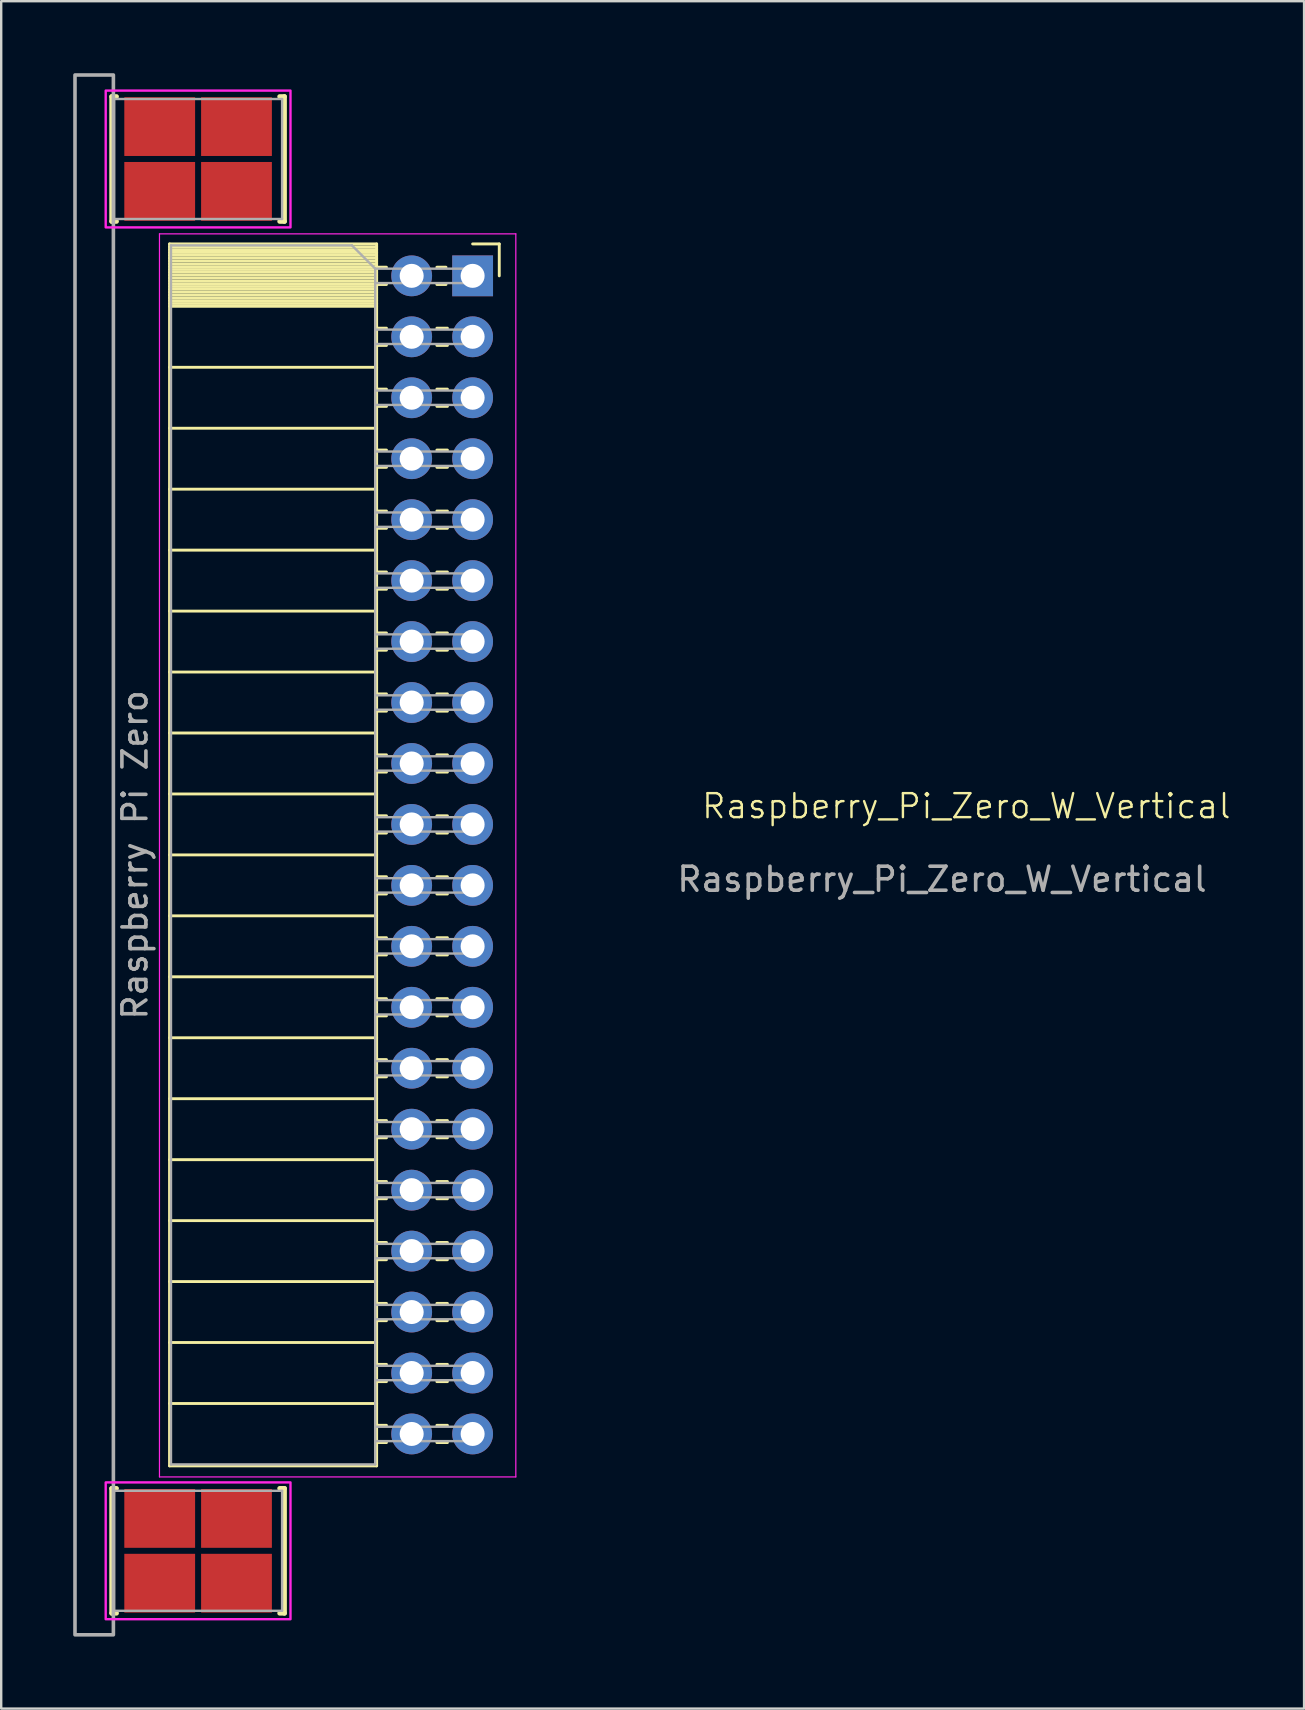
<source format=kicad_pcb>
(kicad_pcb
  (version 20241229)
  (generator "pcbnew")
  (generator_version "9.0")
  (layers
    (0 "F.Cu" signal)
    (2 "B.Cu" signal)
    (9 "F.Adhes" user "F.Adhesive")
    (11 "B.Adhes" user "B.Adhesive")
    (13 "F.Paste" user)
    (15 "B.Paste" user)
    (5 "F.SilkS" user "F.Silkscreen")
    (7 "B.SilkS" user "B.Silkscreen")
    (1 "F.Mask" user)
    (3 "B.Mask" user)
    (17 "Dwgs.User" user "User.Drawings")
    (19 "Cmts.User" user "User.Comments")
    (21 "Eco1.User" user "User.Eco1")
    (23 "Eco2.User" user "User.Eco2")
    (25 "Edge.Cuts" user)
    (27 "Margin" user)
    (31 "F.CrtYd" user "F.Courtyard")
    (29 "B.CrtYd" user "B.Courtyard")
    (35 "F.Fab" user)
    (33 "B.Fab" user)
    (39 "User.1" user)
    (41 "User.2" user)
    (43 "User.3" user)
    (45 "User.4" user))
  (footprint "Raspberry_Pi_Zero_W_Vertical"
    (layer "F.Cu")
    (at 15.375 32.575)
    (property "Reference" "Raspberry_Pi_Zero_W_Vertical" (at 21.844 -2.032 0) (unlocked yes) (layer "F.SilkS") (effects (font (size 1 1) (thickness 0.1))))
    (attr smd)
    (fp_line (start -13.77 -31.6) (end -13.77 -26.4) (stroke (width 0.2) (type solid)) (layer "F.SilkS"))
    (fp_line (start -13.77 -26.4) (end -13.57 -26.4) (stroke (width 0.2) (type solid)) (layer "F.SilkS"))
    (fp_line (start -13.77 26.4) (end -13.77 31.6) (stroke (width 0.2) (type solid)) (layer "F.SilkS"))
    (fp_line (start -13.77 31.6) (end -13.57 31.6) (stroke (width 0.2) (type solid)) (layer "F.SilkS"))
    (fp_line (start -13.57 -31.6) (end -13.77 -31.6) (stroke (width 0.2) (type solid)) (layer "F.SilkS"))
    (fp_line (start -13.57 26.4) (end -13.77 26.4) (stroke (width 0.2) (type solid)) (layer "F.SilkS"))
    (fp_line (start -11.36 -25.46) (end -11.36 25.46) (stroke (width 0.12) (type solid)) (layer "F.SilkS"))
    (fp_line (start -11.36 -25.46) (end -2.73 -25.46) (stroke (width 0.12) (type solid)) (layer "F.SilkS"))
    (fp_line (start -11.36 -25.34) (end -2.73 -25.34) (stroke (width 0.12) (type solid)) (layer "F.SilkS"))
    (fp_line (start -11.36 -25.222) (end -2.73 -25.222) (stroke (width 0.12) (type solid)) (layer "F.SilkS"))
    (fp_line (start -11.36 -25.104) (end -2.73 -25.104) (stroke (width 0.12) (type solid)) (layer "F.SilkS"))
    (fp_line (start -11.36 -24.986) (end -2.73 -24.986) (stroke (width 0.12) (type solid)) (layer "F.SilkS"))
    (fp_line (start -11.36 -24.868) (end -2.73 -24.868) (stroke (width 0.12) (type solid)) (layer "F.SilkS"))
    (fp_line (start -11.36 -24.75) (end -2.73 -24.75) (stroke (width 0.12) (type solid)) (layer "F.SilkS"))
    (fp_line (start -11.36 -24.631) (end -2.73 -24.631) (stroke (width 0.12) (type solid)) (layer "F.SilkS"))
    (fp_line (start -11.36 -24.513) (end -2.73 -24.513) (stroke (width 0.12) (type solid)) (layer "F.SilkS"))
    (fp_line (start -11.36 -24.395) (end -2.73 -24.395) (stroke (width 0.12) (type solid)) (layer "F.SilkS"))
    (fp_line (start -11.36 -24.277) (end -2.73 -24.277) (stroke (width 0.12) (type solid)) (layer "F.SilkS"))
    (fp_line (start -11.36 -24.159) (end -2.73 -24.159) (stroke (width 0.12) (type solid)) (layer "F.SilkS"))
    (fp_line (start -11.36 -24.041) (end -2.73 -24.041) (stroke (width 0.12) (type solid)) (layer "F.SilkS"))
    (fp_line (start -11.36 -23.923) (end -2.73 -23.923) (stroke (width 0.12) (type solid)) (layer "F.SilkS"))
    (fp_line (start -11.36 -23.805) (end -2.73 -23.805) (stroke (width 0.12) (type solid)) (layer "F.SilkS"))
    (fp_line (start -11.36 -23.687) (end -2.73 -23.687) (stroke (width 0.12) (type solid)) (layer "F.SilkS"))
    (fp_line (start -11.36 -23.569) (end -2.73 -23.569) (stroke (width 0.12) (type solid)) (layer "F.SilkS"))
    (fp_line (start -11.36 -23.45) (end -2.73 -23.45) (stroke (width 0.12) (type solid)) (layer "F.SilkS"))
    (fp_line (start -11.36 -23.332) (end -2.73 -23.332) (stroke (width 0.12) (type solid)) (layer "F.SilkS"))
    (fp_line (start -11.36 -23.214) (end -2.73 -23.214) (stroke (width 0.12) (type solid)) (layer "F.SilkS"))
    (fp_line (start -11.36 -23.096) (end -2.73 -23.096) (stroke (width 0.12) (type solid)) (layer "F.SilkS"))
    (fp_line (start -11.36 -22.978) (end -2.73 -22.978) (stroke (width 0.12) (type solid)) (layer "F.SilkS"))
    (fp_line (start -11.36 -22.86) (end -2.73 -22.86) (stroke (width 0.12) (type solid)) (layer "F.SilkS"))
    (fp_line (start -11.36 -20.32) (end -2.73 -20.32) (stroke (width 0.12) (type solid)) (layer "F.SilkS"))
    (fp_line (start -11.36 -17.78) (end -2.73 -17.78) (stroke (width 0.12) (type solid)) (layer "F.SilkS"))
    (fp_line (start -11.36 -15.24) (end -2.73 -15.24) (stroke (width 0.12) (type solid)) (layer "F.SilkS"))
    (fp_line (start -11.36 -12.7) (end -2.73 -12.7) (stroke (width 0.12) (type solid)) (layer "F.SilkS"))
    (fp_line (start -11.36 -10.16) (end -2.73 -10.16) (stroke (width 0.12) (type solid)) (layer "F.SilkS"))
    (fp_line (start -11.36 -7.62) (end -2.73 -7.62) (stroke (width 0.12) (type solid)) (layer "F.SilkS"))
    (fp_line (start -11.36 -5.08) (end -2.73 -5.08) (stroke (width 0.12) (type solid)) (layer "F.SilkS"))
    (fp_line (start -11.36 -2.54) (end -2.73 -2.54) (stroke (width 0.12) (type solid)) (layer "F.SilkS"))
    (fp_line (start -11.36 0) (end -2.73 0) (stroke (width 0.12) (type solid)) (layer "F.SilkS"))
    (fp_line (start -11.36 2.54) (end -2.73 2.54) (stroke (width 0.12) (type solid)) (layer "F.SilkS"))
    (fp_line (start -11.36 5.08) (end -2.73 5.08) (stroke (width 0.12) (type solid)) (layer "F.SilkS"))
    (fp_line (start -11.36 7.62) (end -2.73 7.62) (stroke (width 0.12) (type solid)) (layer "F.SilkS"))
    (fp_line (start -11.36 10.16) (end -2.73 10.16) (stroke (width 0.12) (type solid)) (layer "F.SilkS"))
    (fp_line (start -11.36 12.7) (end -2.73 12.7) (stroke (width 0.12) (type solid)) (layer "F.SilkS"))
    (fp_line (start -11.36 15.24) (end -2.73 15.24) (stroke (width 0.12) (type solid)) (layer "F.SilkS"))
    (fp_line (start -11.36 17.78) (end -2.73 17.78) (stroke (width 0.12) (type solid)) (layer "F.SilkS"))
    (fp_line (start -11.36 20.32) (end -2.73 20.32) (stroke (width 0.12) (type solid)) (layer "F.SilkS"))
    (fp_line (start -11.36 22.86) (end -2.73 22.86) (stroke (width 0.12) (type solid)) (layer "F.SilkS"))
    (fp_line (start -11.36 25.46) (end -2.73 25.46) (stroke (width 0.12) (type solid)) (layer "F.SilkS"))
    (fp_line (start -6.77 -26.4) (end -6.57 -26.4) (stroke (width 0.2) (type solid)) (layer "F.SilkS"))
    (fp_line (start -6.77 31.6) (end -6.57 31.6) (stroke (width 0.2) (type solid)) (layer "F.SilkS"))
    (fp_line (start -6.57 -31.6) (end -6.77 -31.6) (stroke (width 0.2) (type solid)) (layer "F.SilkS"))
    (fp_line (start -6.57 -26.4) (end -6.57 -31.6) (stroke (width 0.2) (type solid)) (layer "F.SilkS"))
    (fp_line (start -6.57 26.4) (end -6.77 26.4) (stroke (width 0.2) (type solid)) (layer "F.SilkS"))
    (fp_line (start -6.57 31.6) (end -6.57 26.4) (stroke (width 0.2) (type solid)) (layer "F.SilkS"))
    (fp_line (start -2.73 -25.46) (end -2.73 25.46) (stroke (width 0.12) (type solid)) (layer "F.SilkS"))
    (fp_line (start -2.73 -24.49) (end -2.32 -24.49) (stroke (width 0.12) (type solid)) (layer "F.SilkS"))
    (fp_line (start -2.73 -23.77) (end -2.32 -23.77) (stroke (width 0.12) (type solid)) (layer "F.SilkS"))
    (fp_line (start -2.73 -21.95) (end -2.32 -21.95) (stroke (width 0.12) (type solid)) (layer "F.SilkS"))
    (fp_line (start -2.73 -21.23) (end -2.32 -21.23) (stroke (width 0.12) (type solid)) (layer "F.SilkS"))
    (fp_line (start -2.73 -19.41) (end -2.32 -19.41) (stroke (width 0.12) (type solid)) (layer "F.SilkS"))
    (fp_line (start -2.73 -18.69) (end -2.32 -18.69) (stroke (width 0.12) (type solid)) (layer "F.SilkS"))
    (fp_line (start -2.73 -16.87) (end -2.32 -16.87) (stroke (width 0.12) (type solid)) (layer "F.SilkS"))
    (fp_line (start -2.73 -16.15) (end -2.32 -16.15) (stroke (width 0.12) (type solid)) (layer "F.SilkS"))
    (fp_line (start -2.73 -14.33) (end -2.32 -14.33) (stroke (width 0.12) (type solid)) (layer "F.SilkS"))
    (fp_line (start -2.73 -13.61) (end -2.32 -13.61) (stroke (width 0.12) (type solid)) (layer "F.SilkS"))
    (fp_line (start -2.73 -11.79) (end -2.32 -11.79) (stroke (width 0.12) (type solid)) (layer "F.SilkS"))
    (fp_line (start -2.73 -11.07) (end -2.32 -11.07) (stroke (width 0.12) (type solid)) (layer "F.SilkS"))
    (fp_line (start -2.73 -9.25) (end -2.32 -9.25) (stroke (width 0.12) (type solid)) (layer "F.SilkS"))
    (fp_line (start -2.73 -8.53) (end -2.32 -8.53) (stroke (width 0.12) (type solid)) (layer "F.SilkS"))
    (fp_line (start -2.73 -6.71) (end -2.32 -6.71) (stroke (width 0.12) (type solid)) (layer "F.SilkS"))
    (fp_line (start -2.73 -5.99) (end -2.32 -5.99) (stroke (width 0.12) (type solid)) (layer "F.SilkS"))
    (fp_line (start -2.73 -4.17) (end -2.32 -4.17) (stroke (width 0.12) (type solid)) (layer "F.SilkS"))
    (fp_line (start -2.73 -3.45) (end -2.32 -3.45) (stroke (width 0.12) (type solid)) (layer "F.SilkS"))
    (fp_line (start -2.73 -1.63) (end -2.32 -1.63) (stroke (width 0.12) (type solid)) (layer "F.SilkS"))
    (fp_line (start -2.73 -0.91) (end -2.32 -0.91) (stroke (width 0.12) (type solid)) (layer "F.SilkS"))
    (fp_line (start -2.73 0.91) (end -2.32 0.91) (stroke (width 0.12) (type solid)) (layer "F.SilkS"))
    (fp_line (start -2.73 1.63) (end -2.32 1.63) (stroke (width 0.12) (type solid)) (layer "F.SilkS"))
    (fp_line (start -2.73 3.45) (end -2.32 3.45) (stroke (width 0.12) (type solid)) (layer "F.SilkS"))
    (fp_line (start -2.73 4.17) (end -2.32 4.17) (stroke (width 0.12) (type solid)) (layer "F.SilkS"))
    (fp_line (start -2.73 5.99) (end -2.32 5.99) (stroke (width 0.12) (type solid)) (layer "F.SilkS"))
    (fp_line (start -2.73 6.71) (end -2.32 6.71) (stroke (width 0.12) (type solid)) (layer "F.SilkS"))
    (fp_line (start -2.73 8.53) (end -2.32 8.53) (stroke (width 0.12) (type solid)) (layer "F.SilkS"))
    (fp_line (start -2.73 9.25) (end -2.32 9.25) (stroke (width 0.12) (type solid)) (layer "F.SilkS"))
    (fp_line (start -2.73 11.07) (end -2.32 11.07) (stroke (width 0.12) (type solid)) (layer "F.SilkS"))
    (fp_line (start -2.73 11.79) (end -2.32 11.79) (stroke (width 0.12) (type solid)) (layer "F.SilkS"))
    (fp_line (start -2.73 13.61) (end -2.32 13.61) (stroke (width 0.12) (type solid)) (layer "F.SilkS"))
    (fp_line (start -2.73 14.33) (end -2.32 14.33) (stroke (width 0.12) (type solid)) (layer "F.SilkS"))
    (fp_line (start -2.73 16.15) (end -2.32 16.15) (stroke (width 0.12) (type solid)) (layer "F.SilkS"))
    (fp_line (start -2.73 16.87) (end -2.32 16.87) (stroke (width 0.12) (type solid)) (layer "F.SilkS"))
    (fp_line (start -2.73 18.69) (end -2.32 18.69) (stroke (width 0.12) (type solid)) (layer "F.SilkS"))
    (fp_line (start -2.73 19.41) (end -2.32 19.41) (stroke (width 0.12) (type solid)) (layer "F.SilkS"))
    (fp_line (start -2.73 21.23) (end -2.32 21.23) (stroke (width 0.12) (type solid)) (layer "F.SilkS"))
    (fp_line (start -2.73 21.95) (end -2.32 21.95) (stroke (width 0.12) (type solid)) (layer "F.SilkS"))
    (fp_line (start -2.73 23.77) (end -2.32 23.77) (stroke (width 0.12) (type solid)) (layer "F.SilkS"))
    (fp_line (start -2.73 24.49) (end -2.32 24.49) (stroke (width 0.12) (type solid)) (layer "F.SilkS"))
    (fp_line (start -0.22 -24.49) (end 0.16 -24.49) (stroke (width 0.12) (type solid)) (layer "F.SilkS"))
    (fp_line (start -0.22 -23.77) (end 0.16 -23.77) (stroke (width 0.12) (type solid)) (layer "F.SilkS"))
    (fp_line (start -0.22 -21.95) (end 0.22 -21.95) (stroke (width 0.12) (type solid)) (layer "F.SilkS"))
    (fp_line (start -0.22 -21.23) (end 0.22 -21.23) (stroke (width 0.12) (type solid)) (layer "F.SilkS"))
    (fp_line (start -0.22 -19.41) (end 0.22 -19.41) (stroke (width 0.12) (type solid)) (layer "F.SilkS"))
    (fp_line (start -0.22 -18.69) (end 0.22 -18.69) (stroke (width 0.12) (type solid)) (layer "F.SilkS"))
    (fp_line (start -0.22 -16.87) (end 0.22 -16.87) (stroke (width 0.12) (type solid)) (layer "F.SilkS"))
    (fp_line (start -0.22 -16.15) (end 0.22 -16.15) (stroke (width 0.12) (type solid)) (layer "F.SilkS"))
    (fp_line (start -0.22 -14.33) (end 0.22 -14.33) (stroke (width 0.12) (type solid)) (layer "F.SilkS"))
    (fp_line (start -0.22 -13.61) (end 0.22 -13.61) (stroke (width 0.12) (type solid)) (layer "F.SilkS"))
    (fp_line (start -0.22 -11.79) (end 0.22 -11.79) (stroke (width 0.12) (type solid)) (layer "F.SilkS"))
    (fp_line (start -0.22 -11.07) (end 0.22 -11.07) (stroke (width 0.12) (type solid)) (layer "F.SilkS"))
    (fp_line (start -0.22 -9.25) (end 0.22 -9.25) (stroke (width 0.12) (type solid)) (layer "F.SilkS"))
    (fp_line (start -0.22 -8.53) (end 0.22 -8.53) (stroke (width 0.12) (type solid)) (layer "F.SilkS"))
    (fp_line (start -0.22 -6.71) (end 0.22 -6.71) (stroke (width 0.12) (type solid)) (layer "F.SilkS"))
    (fp_line (start -0.22 -5.99) (end 0.22 -5.99) (stroke (width 0.12) (type solid)) (layer "F.SilkS"))
    (fp_line (start -0.22 -4.17) (end 0.22 -4.17) (stroke (width 0.12) (type solid)) (layer "F.SilkS"))
    (fp_line (start -0.22 -3.45) (end 0.22 -3.45) (stroke (width 0.12) (type solid)) (layer "F.SilkS"))
    (fp_line (start -0.22 -1.63) (end 0.22 -1.63) (stroke (width 0.12) (type solid)) (layer "F.SilkS"))
    (fp_line (start -0.22 -0.91) (end 0.22 -0.91) (stroke (width 0.12) (type solid)) (layer "F.SilkS"))
    (fp_line (start -0.22 0.91) (end 0.22 0.91) (stroke (width 0.12) (type solid)) (layer "F.SilkS"))
    (fp_line (start -0.22 1.63) (end 0.22 1.63) (stroke (width 0.12) (type solid)) (layer "F.SilkS"))
    (fp_line (start -0.22 3.45) (end 0.22 3.45) (stroke (width 0.12) (type solid)) (layer "F.SilkS"))
    (fp_line (start -0.22 4.17) (end 0.22 4.17) (stroke (width 0.12) (type solid)) (layer "F.SilkS"))
    (fp_line (start -0.22 5.99) (end 0.22 5.99) (stroke (width 0.12) (type solid)) (layer "F.SilkS"))
    (fp_line (start -0.22 6.71) (end 0.22 6.71) (stroke (width 0.12) (type solid)) (layer "F.SilkS"))
    (fp_line (start -0.22 8.53) (end 0.22 8.53) (stroke (width 0.12) (type solid)) (layer "F.SilkS"))
    (fp_line (start -0.22 9.25) (end 0.22 9.25) (stroke (width 0.12) (type solid)) (layer "F.SilkS"))
    (fp_line (start -0.22 11.07) (end 0.22 11.07) (stroke (width 0.12) (type solid)) (layer "F.SilkS"))
    (fp_line (start -0.22 11.79) (end 0.22 11.79) (stroke (width 0.12) (type solid)) (layer "F.SilkS"))
    (fp_line (start -0.22 13.61) (end 0.22 13.61) (stroke (width 0.12) (type solid)) (layer "F.SilkS"))
    (fp_line (start -0.22 14.33) (end 0.22 14.33) (stroke (width 0.12) (type solid)) (layer "F.SilkS"))
    (fp_line (start -0.22 16.15) (end 0.22 16.15) (stroke (width 0.12) (type solid)) (layer "F.SilkS"))
    (fp_line (start -0.22 16.87) (end 0.22 16.87) (stroke (width 0.12) (type solid)) (layer "F.SilkS"))
    (fp_line (start -0.22 18.69) (end 0.22 18.69) (stroke (width 0.12) (type solid)) (layer "F.SilkS"))
    (fp_line (start -0.22 19.41) (end 0.22 19.41) (stroke (width 0.12) (type solid)) (layer "F.SilkS"))
    (fp_line (start -0.22 21.23) (end 0.22 21.23) (stroke (width 0.12) (type solid)) (layer "F.SilkS"))
    (fp_line (start -0.22 21.95) (end 0.22 21.95) (stroke (width 0.12) (type solid)) (layer "F.SilkS"))
    (fp_line (start -0.22 23.77) (end 0.22 23.77) (stroke (width 0.12) (type solid)) (layer "F.SilkS"))
    (fp_line (start -0.22 24.49) (end 0.22 24.49) (stroke (width 0.12) (type solid)) (layer "F.SilkS"))
    (fp_line (start 1.27 -25.46) (end 2.38 -25.46) (stroke (width 0.12) (type solid)) (layer "F.SilkS"))
    (fp_line (start 2.38 -25.46) (end 2.38 -24.13) (stroke (width 0.12) (type solid)) (layer "F.SilkS"))
    (fp_poly (pts (xy -10.395 -29.225) (xy -10.395 -31.477) (xy -13.145 -31.477) (xy -13.145 -29.225)) (stroke (width 0) (type default)) (fill yes) (layer "F.Paste"))
    (fp_poly (pts (xy -10.395 -26.525) (xy -10.395 -28.777) (xy -13.145 -28.777) (xy -13.145 -26.525)) (stroke (width 0) (type default)) (fill yes) (layer "F.Paste"))
    (fp_poly (pts (xy -10.395 28.775) (xy -10.395 26.523) (xy -13.145 26.523) (xy -13.145 28.775)) (stroke (width 0) (type default)) (fill yes) (layer "F.Paste"))
    (fp_poly (pts (xy -10.395 31.475) (xy -10.395 29.223) (xy -13.145 29.223) (xy -13.145 31.475)) (stroke (width 0) (type default)) (fill yes) (layer "F.Paste"))
    (fp_poly (pts (xy -7.195 -29.225) (xy -7.195 -31.477) (xy -9.945 -31.477) (xy -9.945 -29.225)) (stroke (width 0) (type default)) (fill yes) (layer "F.Paste"))
    (fp_poly (pts (xy -7.195 -26.525) (xy -7.195 -28.777) (xy -9.945 -28.777) (xy -9.945 -26.525)) (stroke (width 0) (type default)) (fill yes) (layer "F.Paste"))
    (fp_poly (pts (xy -7.195 28.775) (xy -7.195 26.523) (xy -9.945 26.523) (xy -9.945 28.775)) (stroke (width 0) (type default)) (fill yes) (layer "F.Paste"))
    (fp_poly (pts (xy -7.195 31.475) (xy -7.195 29.223) (xy -9.945 29.223) (xy -9.945 31.475)) (stroke (width 0) (type default)) (fill yes) (layer "F.Paste"))
    (fp_line (start -11.78 -25.88) (end -11.78 25.92) (stroke (width 0.05) (type solid)) (layer "F.CrtYd"))
    (fp_line (start -11.78 25.92) (end 3.07 25.92) (stroke (width 0.05) (type solid)) (layer "F.CrtYd"))
    (fp_line (start 3.07 -25.88) (end -11.78 -25.88) (stroke (width 0.05) (type solid)) (layer "F.CrtYd"))
    (fp_line (start 3.07 25.92) (end 3.07 -25.88) (stroke (width 0.05) (type solid)) (layer "F.CrtYd"))
    (fp_poly (pts (xy -6.32 -31.85) (xy -6.32 -26.15) (xy -14.02 -26.15) (xy -14.02 -31.85)) (stroke (width 0.1) (type default)) (fill no) (layer "F.CrtYd"))
    (fp_poly (pts (xy -6.32 26.15) (xy -6.32 31.85) (xy -14.02 31.85) (xy -14.02 26.15)) (stroke (width 0.1) (type default)) (fill no) (layer "F.CrtYd"))
    (fp_line (start -13.67 -31.5) (end -6.67 -31.5) (stroke (width 0.1) (type solid)) (layer "F.Fab"))
    (fp_line (start -13.67 -26.5) (end -13.67 -31.5) (stroke (width 0.1) (type solid)) (layer "F.Fab"))
    (fp_line (start -13.67 26.5) (end -6.67 26.5) (stroke (width 0.1) (type solid)) (layer "F.Fab"))
    (fp_line (start -13.67 31.5) (end -13.67 26.5) (stroke (width 0.1) (type solid)) (layer "F.Fab"))
    (fp_line (start -11.3 -25.4) (end -3.76 -25.4) (stroke (width 0.1) (type solid)) (layer "F.Fab"))
    (fp_line (start -11.3 25.4) (end -11.3 -25.4) (stroke (width 0.1) (type solid)) (layer "F.Fab"))
    (fp_line (start -6.67 -31.5) (end -6.67 -26.5) (stroke (width 0.1) (type solid)) (layer "F.Fab"))
    (fp_line (start -6.67 -26.5) (end -13.67 -26.5) (stroke (width 0.1) (type solid)) (layer "F.Fab"))
    (fp_line (start -6.67 26.5) (end -6.67 31.5) (stroke (width 0.1) (type solid)) (layer "F.Fab"))
    (fp_line (start -6.67 31.5) (end -13.67 31.5) (stroke (width 0.1) (type solid)) (layer "F.Fab"))
    (fp_line (start -3.76 -25.4) (end -2.79 -24.43) (stroke (width 0.1) (type solid)) (layer "F.Fab"))
    (fp_line (start -2.79 -24.43) (end -2.79 25.4) (stroke (width 0.1) (type solid)) (layer "F.Fab"))
    (fp_line (start -2.79 -23.83) (end 1.27 -23.83) (stroke (width 0.1) (type solid)) (layer "F.Fab"))
    (fp_line (start -2.79 -21.29) (end 1.27 -21.29) (stroke (width 0.1) (type solid)) (layer "F.Fab"))
    (fp_line (start -2.79 -18.75) (end 1.27 -18.75) (stroke (width 0.1) (type solid)) (layer "F.Fab"))
    (fp_line (start -2.79 -16.21) (end 1.27 -16.21) (stroke (width 0.1) (type solid)) (layer "F.Fab"))
    (fp_line (start -2.79 -13.67) (end 1.27 -13.67) (stroke (width 0.1) (type solid)) (layer "F.Fab"))
    (fp_line (start -2.79 -11.13) (end 1.27 -11.13) (stroke (width 0.1) (type solid)) (layer "F.Fab"))
    (fp_line (start -2.79 -8.59) (end 1.27 -8.59) (stroke (width 0.1) (type solid)) (layer "F.Fab"))
    (fp_line (start -2.79 -6.05) (end 1.27 -6.05) (stroke (width 0.1) (type solid)) (layer "F.Fab"))
    (fp_line (start -2.79 -3.51) (end 1.27 -3.51) (stroke (width 0.1) (type solid)) (layer "F.Fab"))
    (fp_line (start -2.79 -0.97) (end 1.27 -0.97) (stroke (width 0.1) (type solid)) (layer "F.Fab"))
    (fp_line (start -2.79 1.57) (end 1.27 1.57) (stroke (width 0.1) (type solid)) (layer "F.Fab"))
    (fp_line (start -2.79 4.11) (end 1.27 4.11) (stroke (width 0.1) (type solid)) (layer "F.Fab"))
    (fp_line (start -2.79 6.65) (end 1.27 6.65) (stroke (width 0.1) (type solid)) (layer "F.Fab"))
    (fp_line (start -2.79 9.19) (end 1.27 9.19) (stroke (width 0.1) (type solid)) (layer "F.Fab"))
    (fp_line (start -2.79 11.73) (end 1.27 11.73) (stroke (width 0.1) (type solid)) (layer "F.Fab"))
    (fp_line (start -2.79 14.27) (end 1.27 14.27) (stroke (width 0.1) (type solid)) (layer "F.Fab"))
    (fp_line (start -2.79 16.81) (end 1.27 16.81) (stroke (width 0.1) (type solid)) (layer "F.Fab"))
    (fp_line (start -2.79 19.35) (end 1.27 19.35) (stroke (width 0.1) (type solid)) (layer "F.Fab"))
    (fp_line (start -2.79 21.89) (end 1.27 21.89) (stroke (width 0.1) (type solid)) (layer "F.Fab"))
    (fp_line (start -2.79 24.43) (end 1.27 24.43) (stroke (width 0.1) (type solid)) (layer "F.Fab"))
    (fp_line (start -2.79 25.4) (end -11.3 25.4) (stroke (width 0.1) (type solid)) (layer "F.Fab"))
    (fp_line (start 1.27 -24.43) (end -2.79 -24.43) (stroke (width 0.1) (type solid)) (layer "F.Fab"))
    (fp_line (start 1.27 -23.83) (end 1.27 -24.43) (stroke (width 0.1) (type solid)) (layer "F.Fab"))
    (fp_line (start 1.27 -21.89) (end -2.79 -21.89) (stroke (width 0.1) (type solid)) (layer "F.Fab"))
    (fp_line (start 1.27 -21.29) (end 1.27 -21.89) (stroke (width 0.1) (type solid)) (layer "F.Fab"))
    (fp_line (start 1.27 -19.35) (end -2.79 -19.35) (stroke (width 0.1) (type solid)) (layer "F.Fab"))
    (fp_line (start 1.27 -18.75) (end 1.27 -19.35) (stroke (width 0.1) (type solid)) (layer "F.Fab"))
    (fp_line (start 1.27 -16.81) (end -2.79 -16.81) (stroke (width 0.1) (type solid)) (layer "F.Fab"))
    (fp_line (start 1.27 -16.21) (end 1.27 -16.81) (stroke (width 0.1) (type solid)) (layer "F.Fab"))
    (fp_line (start 1.27 -14.27) (end -2.79 -14.27) (stroke (width 0.1) (type solid)) (layer "F.Fab"))
    (fp_line (start 1.27 -13.67) (end 1.27 -14.27) (stroke (width 0.1) (type solid)) (layer "F.Fab"))
    (fp_line (start 1.27 -11.73) (end -2.79 -11.73) (stroke (width 0.1) (type solid)) (layer "F.Fab"))
    (fp_line (start 1.27 -11.13) (end 1.27 -11.73) (stroke (width 0.1) (type solid)) (layer "F.Fab"))
    (fp_line (start 1.27 -9.19) (end -2.79 -9.19) (stroke (width 0.1) (type solid)) (layer "F.Fab"))
    (fp_line (start 1.27 -8.59) (end 1.27 -9.19) (stroke (width 0.1) (type solid)) (layer "F.Fab"))
    (fp_line (start 1.27 -6.65) (end -2.79 -6.65) (stroke (width 0.1) (type solid)) (layer "F.Fab"))
    (fp_line (start 1.27 -6.05) (end 1.27 -6.65) (stroke (width 0.1) (type solid)) (layer "F.Fab"))
    (fp_line (start 1.27 -4.11) (end -2.79 -4.11) (stroke (width 0.1) (type solid)) (layer "F.Fab"))
    (fp_line (start 1.27 -3.51) (end 1.27 -4.11) (stroke (width 0.1) (type solid)) (layer "F.Fab"))
    (fp_line (start 1.27 -1.57) (end -2.79 -1.57) (stroke (width 0.1) (type solid)) (layer "F.Fab"))
    (fp_line (start 1.27 -0.97) (end 1.27 -1.57) (stroke (width 0.1) (type solid)) (layer "F.Fab"))
    (fp_line (start 1.27 0.97) (end -2.79 0.97) (stroke (width 0.1) (type solid)) (layer "F.Fab"))
    (fp_line (start 1.27 1.57) (end 1.27 0.97) (stroke (width 0.1) (type solid)) (layer "F.Fab"))
    (fp_line (start 1.27 3.51) (end -2.79 3.51) (stroke (width 0.1) (type solid)) (layer "F.Fab"))
    (fp_line (start 1.27 4.11) (end 1.27 3.51) (stroke (width 0.1) (type solid)) (layer "F.Fab"))
    (fp_line (start 1.27 6.05) (end -2.79 6.05) (stroke (width 0.1) (type solid)) (layer "F.Fab"))
    (fp_line (start 1.27 6.65) (end 1.27 6.05) (stroke (width 0.1) (type solid)) (layer "F.Fab"))
    (fp_line (start 1.27 8.59) (end -2.79 8.59) (stroke (width 0.1) (type solid)) (layer "F.Fab"))
    (fp_line (start 1.27 9.19) (end 1.27 8.59) (stroke (width 0.1) (type solid)) (layer "F.Fab"))
    (fp_line (start 1.27 11.13) (end -2.79 11.13) (stroke (width 0.1) (type solid)) (layer "F.Fab"))
    (fp_line (start 1.27 11.73) (end 1.27 11.13) (stroke (width 0.1) (type solid)) (layer "F.Fab"))
    (fp_line (start 1.27 13.67) (end -2.79 13.67) (stroke (width 0.1) (type solid)) (layer "F.Fab"))
    (fp_line (start 1.27 14.27) (end 1.27 13.67) (stroke (width 0.1) (type solid)) (layer "F.Fab"))
    (fp_line (start 1.27 16.21) (end -2.79 16.21) (stroke (width 0.1) (type solid)) (layer "F.Fab"))
    (fp_line (start 1.27 16.81) (end 1.27 16.21) (stroke (width 0.1) (type solid)) (layer "F.Fab"))
    (fp_line (start 1.27 18.75) (end -2.79 18.75) (stroke (width 0.1) (type solid)) (layer "F.Fab"))
    (fp_line (start 1.27 19.35) (end 1.27 18.75) (stroke (width 0.1) (type solid)) (layer "F.Fab"))
    (fp_line (start 1.27 21.29) (end -2.79 21.29) (stroke (width 0.1) (type solid)) (layer "F.Fab"))
    (fp_line (start 1.27 21.89) (end 1.27 21.29) (stroke (width 0.1) (type solid)) (layer "F.Fab"))
    (fp_line (start 1.27 23.83) (end -2.79 23.83) (stroke (width 0.1) (type solid)) (layer "F.Fab"))
    (fp_line (start 1.27 24.43) (end 1.27 23.83) (stroke (width 0.1) (type solid)) (layer "F.Fab"))
    (fp_rect (start -15.3 -32.5) (end -13.7 32.5) (stroke (width 0.15) (type solid)) (fill no) (layer "F.Fab"))
    (fp_text user "${REFERENCE}" (at 20.828 1.016 0) (unlocked yes) (layer "F.Fab") (effects (font (size 1 1) (thickness 0.15))))
    (fp_text user "Raspberry Pi Zero" (at -12.8 0 90) (unlocked yes) (layer "F.Fab") (effects (font (size 1 1) (thickness 0.15))))
    (pad "1" thru_hole rect (at 1.27 -24.13) (size 1.7 1.7) (drill 1) (layers "*.Cu" "*.Mask"))
    (pad "2" thru_hole oval (at -1.27 -24.13) (size 1.7 1.7) (drill 1) (layers "*.Cu" "*.Mask"))
    (pad "3" thru_hole oval (at 1.27 -21.59) (size 1.7 1.7) (drill 1) (layers "*.Cu" "*.Mask"))
    (pad "4" thru_hole oval (at -1.27 -21.59) (size 1.7 1.7) (drill 1) (layers "*.Cu" "*.Mask"))
    (pad "5" thru_hole oval (at 1.27 -19.05) (size 1.7 1.7) (drill 1) (layers "*.Cu" "*.Mask"))
    (pad "6" thru_hole oval (at -1.27 -19.05) (size 1.7 1.7) (drill 1) (layers "*.Cu" "*.Mask"))
    (pad "7" thru_hole oval (at 1.27 -16.51) (size 1.7 1.7) (drill 1) (layers "*.Cu" "*.Mask"))
    (pad "8" thru_hole oval (at -1.27 -16.51) (size 1.7 1.7) (drill 1) (layers "*.Cu" "*.Mask"))
    (pad "9" thru_hole oval (at 1.27 -13.97) (size 1.7 1.7) (drill 1) (layers "*.Cu" "*.Mask"))
    (pad "10" thru_hole oval (at -1.27 -13.97) (size 1.7 1.7) (drill 1) (layers "*.Cu" "*.Mask"))
    (pad "11" thru_hole oval (at 1.27 -11.43) (size 1.7 1.7) (drill 1) (layers "*.Cu" "*.Mask"))
    (pad "12" thru_hole oval (at -1.27 -11.43) (size 1.7 1.7) (drill 1) (layers "*.Cu" "*.Mask"))
    (pad "13" thru_hole oval (at 1.27 -8.89) (size 1.7 1.7) (drill 1) (layers "*.Cu" "*.Mask"))
    (pad "14" thru_hole oval (at -1.27 -8.89) (size 1.7 1.7) (drill 1) (layers "*.Cu" "*.Mask"))
    (pad "15" thru_hole oval (at 1.27 -6.35) (size 1.7 1.7) (drill 1) (layers "*.Cu" "*.Mask"))
    (pad "16" thru_hole oval (at -1.27 -6.35) (size 1.7 1.7) (drill 1) (layers "*.Cu" "*.Mask"))
    (pad "17" thru_hole oval (at 1.27 -3.81) (size 1.7 1.7) (drill 1) (layers "*.Cu" "*.Mask"))
    (pad "18" thru_hole oval (at -1.27 -3.81) (size 1.7 1.7) (drill 1) (layers "*.Cu" "*.Mask"))
    (pad "19" thru_hole oval (at 1.27 -1.27) (size 1.7 1.7) (drill 1) (layers "*.Cu" "*.Mask"))
    (pad "20" thru_hole oval (at -1.27 -1.27) (size 1.7 1.7) (drill 1) (layers "*.Cu" "*.Mask"))
    (pad "21" thru_hole oval (at 1.27 1.27) (size 1.7 1.7) (drill 1) (layers "*.Cu" "*.Mask"))
    (pad "22" thru_hole oval (at -1.27 1.27) (size 1.7 1.7) (drill 1) (layers "*.Cu" "*.Mask"))
    (pad "23" thru_hole oval (at 1.27 3.81) (size 1.7 1.7) (drill 1) (layers "*.Cu" "*.Mask"))
    (pad "24" thru_hole oval (at -1.27 3.81) (size 1.7 1.7) (drill 1) (layers "*.Cu" "*.Mask"))
    (pad "25" thru_hole oval (at 1.27 6.35) (size 1.7 1.7) (drill 1) (layers "*.Cu" "*.Mask"))
    (pad "26" thru_hole oval (at -1.27 6.35) (size 1.7 1.7) (drill 1) (layers "*.Cu" "*.Mask"))
    (pad "27" thru_hole oval (at 1.27 8.89) (size 1.7 1.7) (drill 1) (layers "*.Cu" "*.Mask"))
    (pad "28" thru_hole oval (at -1.27 8.89) (size 1.7 1.7) (drill 1) (layers "*.Cu" "*.Mask"))
    (pad "29" thru_hole oval (at 1.27 11.43) (size 1.7 1.7) (drill 1) (layers "*.Cu" "*.Mask"))
    (pad "30" thru_hole oval (at -1.27 11.43) (size 1.7 1.7) (drill 1) (layers "*.Cu" "*.Mask"))
    (pad "31" thru_hole oval (at 1.27 13.97) (size 1.7 1.7) (drill 1) (layers "*.Cu" "*.Mask"))
    (pad "32" thru_hole oval (at -1.27 13.97) (size 1.7 1.7) (drill 1) (layers "*.Cu" "*.Mask"))
    (pad "33" thru_hole oval (at 1.27 16.51) (size 1.7 1.7) (drill 1) (layers "*.Cu" "*.Mask"))
    (pad "34" thru_hole oval (at -1.27 16.51) (size 1.7 1.7) (drill 1) (layers "*.Cu" "*.Mask"))
    (pad "35" thru_hole oval (at 1.27 19.05) (size 1.7 1.7) (drill 1) (layers "*.Cu" "*.Mask"))
    (pad "36" thru_hole oval (at -1.27 19.05) (size 1.7 1.7) (drill 1) (layers "*.Cu" "*.Mask"))
    (pad "37" thru_hole oval (at 1.27 21.59) (size 1.7 1.7) (drill 1) (layers "*.Cu" "*.Mask"))
    (pad "38" thru_hole oval (at -1.27 21.59) (size 1.7 1.7) (drill 1) (layers "*.Cu" "*.Mask"))
    (pad "39" thru_hole oval (at 1.27 24.13) (size 1.7 1.7) (drill 1) (layers "*.Cu" "*.Mask"))
    (pad "40" thru_hole oval (at -1.27 24.13) (size 1.7 1.7) (drill 1) (layers "*.Cu" "*.Mask"))
    (pad "MH" smd rect (at -11.77 -30.35 180) (size 2.95 2.45) (layers "F.Cu" "F.Mask"))
    (pad "MH" smd rect (at -11.77 -27.65 180) (size 2.95 2.45) (layers "F.Cu" "F.Mask"))
    (pad "MH" smd rect (at -11.77 27.65 180) (size 2.95 2.45) (layers "F.Cu" "F.Mask"))
    (pad "MH" smd rect (at -11.77 30.35 180) (size 2.95 2.45) (layers "F.Cu" "F.Mask"))
    (pad "MH" smd rect (at -8.57 -30.35 180) (size 2.95 2.45) (layers "F.Cu" "F.Mask"))
    (pad "MH" smd rect (at -8.57 -27.65 180) (size 2.95 2.45) (layers "F.Cu" "F.Mask"))
    (pad "MH" smd rect (at -8.57 27.65 180) (size 2.95 2.45) (layers "F.Cu" "F.Mask"))
    (pad "MH" smd rect (at -8.57 30.35 180) (size 2.95 2.45) (layers "F.Cu" "F.Mask")))
  (gr_rect
    (start -3 -3)
    (end 51.293 68.15)
    (stroke (width 0.1) (type default))
    (fill no)
    (layer "Edge.Cuts")))
</source>
